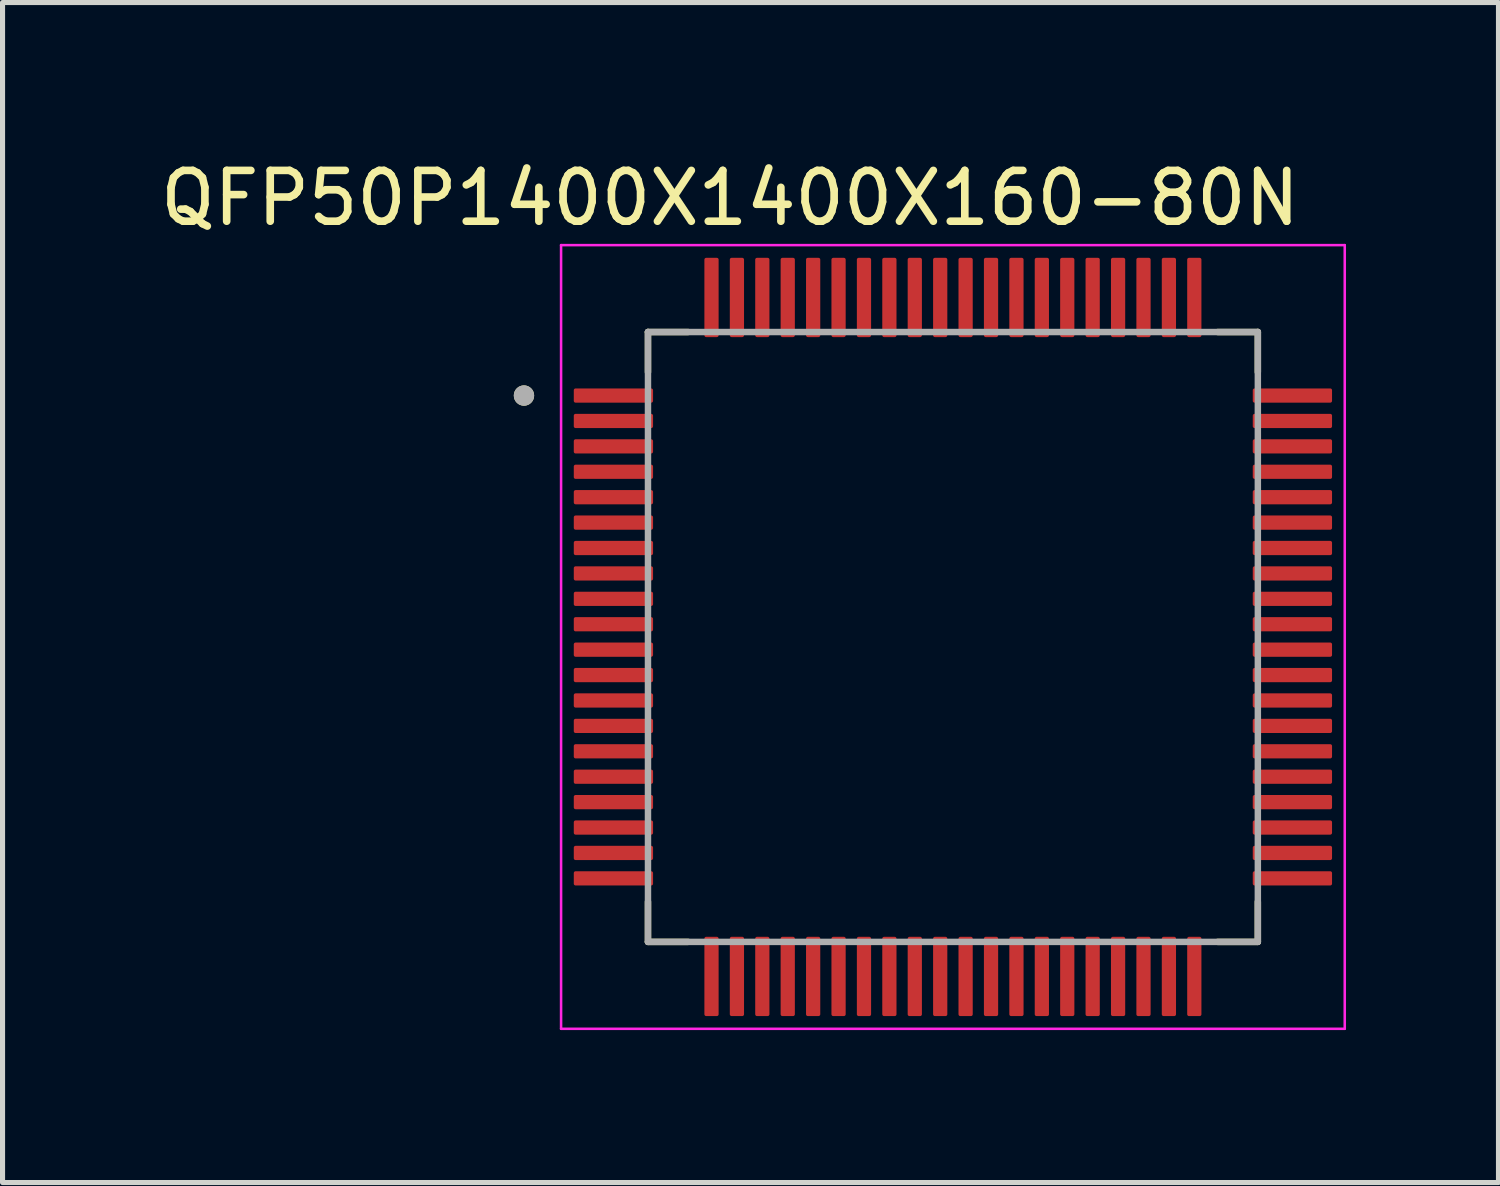
<source format=kicad_pcb>
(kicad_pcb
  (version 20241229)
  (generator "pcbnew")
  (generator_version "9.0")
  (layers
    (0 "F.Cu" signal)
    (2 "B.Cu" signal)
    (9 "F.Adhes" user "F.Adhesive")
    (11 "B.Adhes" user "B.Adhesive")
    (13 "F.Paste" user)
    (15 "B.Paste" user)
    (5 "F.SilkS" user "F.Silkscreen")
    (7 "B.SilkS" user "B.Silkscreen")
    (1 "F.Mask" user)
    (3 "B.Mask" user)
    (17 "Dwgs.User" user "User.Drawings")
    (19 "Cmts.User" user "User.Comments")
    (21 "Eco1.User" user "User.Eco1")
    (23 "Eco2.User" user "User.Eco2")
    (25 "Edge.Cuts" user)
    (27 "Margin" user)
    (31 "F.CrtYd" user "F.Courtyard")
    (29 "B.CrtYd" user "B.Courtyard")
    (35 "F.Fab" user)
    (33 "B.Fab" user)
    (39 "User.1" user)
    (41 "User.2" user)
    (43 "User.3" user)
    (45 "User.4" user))
  (footprint "QFP50P1400X1400X160-80N"
    (layer "F.Cu")
    (at 15.7 9.483)
    (property "Reference" "QFP50P1400X1400X160-80N" (at -4.385 -8.635 0) (layer "F.SilkS") (effects (font (size 1 1) (thickness 0.15))))
    (attr smd)
    (fp_line (start -6 -6) (end -6 -5.21) (stroke (width 0.127) (type solid)) (layer "F.SilkS"))
    (fp_line (start -6 -6) (end -5.21 -6) (stroke (width 0.127) (type solid)) (layer "F.SilkS"))
    (fp_line (start -6 6) (end -6 5.21) (stroke (width 0.127) (type solid)) (layer "F.SilkS"))
    (fp_line (start -6 6) (end -5.21 6) (stroke (width 0.127) (type solid)) (layer "F.SilkS"))
    (fp_line (start 6 -6) (end 5.21 -6) (stroke (width 0.127) (type solid)) (layer "F.SilkS"))
    (fp_line (start 6 -6) (end 6 -5.21) (stroke (width 0.127) (type solid)) (layer "F.SilkS"))
    (fp_line (start 6 6) (end 5.21 6) (stroke (width 0.127) (type solid)) (layer "F.SilkS"))
    (fp_line (start 6 6) (end 6 5.21) (stroke (width 0.127) (type solid)) (layer "F.SilkS"))
    (fp_circle (center -8.44 -4.75) (end -8.34 -4.75) (stroke (width 0.2) (type solid)) (fill no) (layer "F.SilkS"))
    (fp_line (start -7.71 -7.71) (end 7.71 -7.71) (stroke (width 0.05) (type solid)) (layer "F.CrtYd"))
    (fp_line (start -7.71 7.71) (end -7.71 -7.71) (stroke (width 0.05) (type solid)) (layer "F.CrtYd"))
    (fp_line (start -7.71 7.71) (end 7.71 7.71) (stroke (width 0.05) (type solid)) (layer "F.CrtYd"))
    (fp_line (start 7.71 7.71) (end 7.71 -7.71) (stroke (width 0.05) (type solid)) (layer "F.CrtYd"))
    (fp_line (start -6 6) (end -6 -6) (stroke (width 0.127) (type solid)) (layer "F.Fab"))
    (fp_line (start 6 -6) (end -6 -6) (stroke (width 0.127) (type solid)) (layer "F.Fab"))
    (fp_line (start 6 6) (end -6 6) (stroke (width 0.127) (type solid)) (layer "F.Fab"))
    (fp_line (start 6 6) (end 6 -6) (stroke (width 0.127) (type solid)) (layer "F.Fab"))
    (fp_circle (center -8.44 -4.75) (end -8.34 -4.75) (stroke (width 0.2) (type solid)) (fill no) (layer "F.Fab"))
    (pad "1" smd roundrect (at -6.68 -4.75) (size 1.56 0.28) (layers "F.Cu" "F.Mask" "F.Paste") (roundrect_rratio 0.125))
    (pad "2" smd roundrect (at -6.68 -4.25) (size 1.56 0.28) (layers "F.Cu" "F.Mask" "F.Paste") (roundrect_rratio 0.125))
    (pad "3" smd roundrect (at -6.68 -3.75) (size 1.56 0.28) (layers "F.Cu" "F.Mask" "F.Paste") (roundrect_rratio 0.125))
    (pad "4" smd roundrect (at -6.68 -3.25) (size 1.56 0.28) (layers "F.Cu" "F.Mask" "F.Paste") (roundrect_rratio 0.125))
    (pad "5" smd roundrect (at -6.68 -2.75) (size 1.56 0.28) (layers "F.Cu" "F.Mask" "F.Paste") (roundrect_rratio 0.125))
    (pad "6" smd roundrect (at -6.68 -2.25) (size 1.56 0.28) (layers "F.Cu" "F.Mask" "F.Paste") (roundrect_rratio 0.125))
    (pad "7" smd roundrect (at -6.68 -1.75) (size 1.56 0.28) (layers "F.Cu" "F.Mask" "F.Paste") (roundrect_rratio 0.125))
    (pad "8" smd roundrect (at -6.68 -1.25) (size 1.56 0.28) (layers "F.Cu" "F.Mask" "F.Paste") (roundrect_rratio 0.125))
    (pad "9" smd roundrect (at -6.68 -0.75) (size 1.56 0.28) (layers "F.Cu" "F.Mask" "F.Paste") (roundrect_rratio 0.125))
    (pad "10" smd roundrect (at -6.68 -0.25) (size 1.56 0.28) (layers "F.Cu" "F.Mask" "F.Paste") (roundrect_rratio 0.125))
    (pad "11" smd roundrect (at -6.68 0.25) (size 1.56 0.28) (layers "F.Cu" "F.Mask" "F.Paste") (roundrect_rratio 0.125))
    (pad "12" smd roundrect (at -6.68 0.75) (size 1.56 0.28) (layers "F.Cu" "F.Mask" "F.Paste") (roundrect_rratio 0.125))
    (pad "13" smd roundrect (at -6.68 1.25) (size 1.56 0.28) (layers "F.Cu" "F.Mask" "F.Paste") (roundrect_rratio 0.125))
    (pad "14" smd roundrect (at -6.68 1.75) (size 1.56 0.28) (layers "F.Cu" "F.Mask" "F.Paste") (roundrect_rratio 0.125))
    (pad "15" smd roundrect (at -6.68 2.25) (size 1.56 0.28) (layers "F.Cu" "F.Mask" "F.Paste") (roundrect_rratio 0.125))
    (pad "16" smd roundrect (at -6.68 2.75) (size 1.56 0.28) (layers "F.Cu" "F.Mask" "F.Paste") (roundrect_rratio 0.125))
    (pad "17" smd roundrect (at -6.68 3.25) (size 1.56 0.28) (layers "F.Cu" "F.Mask" "F.Paste") (roundrect_rratio 0.125))
    (pad "18" smd roundrect (at -6.68 3.75) (size 1.56 0.28) (layers "F.Cu" "F.Mask" "F.Paste") (roundrect_rratio 0.125))
    (pad "19" smd roundrect (at -6.68 4.25) (size 1.56 0.28) (layers "F.Cu" "F.Mask" "F.Paste") (roundrect_rratio 0.125))
    (pad "20" smd roundrect (at -6.68 4.75) (size 1.56 0.28) (layers "F.Cu" "F.Mask" "F.Paste") (roundrect_rratio 0.125))
    (pad "21" smd roundrect (at -4.75 6.68) (size 0.28 1.56) (layers "F.Cu" "F.Mask" "F.Paste") (roundrect_rratio 0.125))
    (pad "22" smd roundrect (at -4.25 6.68) (size 0.28 1.56) (layers "F.Cu" "F.Mask" "F.Paste") (roundrect_rratio 0.125))
    (pad "23" smd roundrect (at -3.75 6.68) (size 0.28 1.56) (layers "F.Cu" "F.Mask" "F.Paste") (roundrect_rratio 0.125))
    (pad "24" smd roundrect (at -3.25 6.68) (size 0.28 1.56) (layers "F.Cu" "F.Mask" "F.Paste") (roundrect_rratio 0.125))
    (pad "25" smd roundrect (at -2.75 6.68) (size 0.28 1.56) (layers "F.Cu" "F.Mask" "F.Paste") (roundrect_rratio 0.125))
    (pad "26" smd roundrect (at -2.25 6.68) (size 0.28 1.56) (layers "F.Cu" "F.Mask" "F.Paste") (roundrect_rratio 0.125))
    (pad "27" smd roundrect (at -1.75 6.68) (size 0.28 1.56) (layers "F.Cu" "F.Mask" "F.Paste") (roundrect_rratio 0.125))
    (pad "28" smd roundrect (at -1.25 6.68) (size 0.28 1.56) (layers "F.Cu" "F.Mask" "F.Paste") (roundrect_rratio 0.125))
    (pad "29" smd roundrect (at -0.75 6.68) (size 0.28 1.56) (layers "F.Cu" "F.Mask" "F.Paste") (roundrect_rratio 0.125))
    (pad "30" smd roundrect (at -0.25 6.68) (size 0.28 1.56) (layers "F.Cu" "F.Mask" "F.Paste") (roundrect_rratio 0.125))
    (pad "31" smd roundrect (at 0.25 6.68) (size 0.28 1.56) (layers "F.Cu" "F.Mask" "F.Paste") (roundrect_rratio 0.125))
    (pad "32" smd roundrect (at 0.75 6.68) (size 0.28 1.56) (layers "F.Cu" "F.Mask" "F.Paste") (roundrect_rratio 0.125))
    (pad "33" smd roundrect (at 1.25 6.68) (size 0.28 1.56) (layers "F.Cu" "F.Mask" "F.Paste") (roundrect_rratio 0.125))
    (pad "34" smd roundrect (at 1.75 6.68) (size 0.28 1.56) (layers "F.Cu" "F.Mask" "F.Paste") (roundrect_rratio 0.125))
    (pad "35" smd roundrect (at 2.25 6.68) (size 0.28 1.56) (layers "F.Cu" "F.Mask" "F.Paste") (roundrect_rratio 0.125))
    (pad "36" smd roundrect (at 2.75 6.68) (size 0.28 1.56) (layers "F.Cu" "F.Mask" "F.Paste") (roundrect_rratio 0.125))
    (pad "37" smd roundrect (at 3.25 6.68) (size 0.28 1.56) (layers "F.Cu" "F.Mask" "F.Paste") (roundrect_rratio 0.125))
    (pad "38" smd roundrect (at 3.75 6.68) (size 0.28 1.56) (layers "F.Cu" "F.Mask" "F.Paste") (roundrect_rratio 0.125))
    (pad "39" smd roundrect (at 4.25 6.68) (size 0.28 1.56) (layers "F.Cu" "F.Mask" "F.Paste") (roundrect_rratio 0.125))
    (pad "40" smd roundrect (at 4.75 6.68) (size 0.28 1.56) (layers "F.Cu" "F.Mask" "F.Paste") (roundrect_rratio 0.125))
    (pad "41" smd roundrect (at 6.68 4.75) (size 1.56 0.28) (layers "F.Cu" "F.Mask" "F.Paste") (roundrect_rratio 0.125))
    (pad "42" smd roundrect (at 6.68 4.25) (size 1.56 0.28) (layers "F.Cu" "F.Mask" "F.Paste") (roundrect_rratio 0.125))
    (pad "43" smd roundrect (at 6.68 3.75) (size 1.56 0.28) (layers "F.Cu" "F.Mask" "F.Paste") (roundrect_rratio 0.125))
    (pad "44" smd roundrect (at 6.68 3.25) (size 1.56 0.28) (layers "F.Cu" "F.Mask" "F.Paste") (roundrect_rratio 0.125))
    (pad "45" smd roundrect (at 6.68 2.75) (size 1.56 0.28) (layers "F.Cu" "F.Mask" "F.Paste") (roundrect_rratio 0.125))
    (pad "46" smd roundrect (at 6.68 2.25) (size 1.56 0.28) (layers "F.Cu" "F.Mask" "F.Paste") (roundrect_rratio 0.125))
    (pad "47" smd roundrect (at 6.68 1.75) (size 1.56 0.28) (layers "F.Cu" "F.Mask" "F.Paste") (roundrect_rratio 0.125))
    (pad "48" smd roundrect (at 6.68 1.25) (size 1.56 0.28) (layers "F.Cu" "F.Mask" "F.Paste") (roundrect_rratio 0.125))
    (pad "49" smd roundrect (at 6.68 0.75) (size 1.56 0.28) (layers "F.Cu" "F.Mask" "F.Paste") (roundrect_rratio 0.125))
    (pad "50" smd roundrect (at 6.68 0.25) (size 1.56 0.28) (layers "F.Cu" "F.Mask" "F.Paste") (roundrect_rratio 0.125))
    (pad "51" smd roundrect (at 6.68 -0.25) (size 1.56 0.28) (layers "F.Cu" "F.Mask" "F.Paste") (roundrect_rratio 0.125))
    (pad "52" smd roundrect (at 6.68 -0.75) (size 1.56 0.28) (layers "F.Cu" "F.Mask" "F.Paste") (roundrect_rratio 0.125))
    (pad "53" smd roundrect (at 6.68 -1.25) (size 1.56 0.28) (layers "F.Cu" "F.Mask" "F.Paste") (roundrect_rratio 0.125))
    (pad "54" smd roundrect (at 6.68 -1.75) (size 1.56 0.28) (layers "F.Cu" "F.Mask" "F.Paste") (roundrect_rratio 0.125))
    (pad "55" smd roundrect (at 6.68 -2.25) (size 1.56 0.28) (layers "F.Cu" "F.Mask" "F.Paste") (roundrect_rratio 0.125))
    (pad "56" smd roundrect (at 6.68 -2.75) (size 1.56 0.28) (layers "F.Cu" "F.Mask" "F.Paste") (roundrect_rratio 0.125))
    (pad "57" smd roundrect (at 6.68 -3.25) (size 1.56 0.28) (layers "F.Cu" "F.Mask" "F.Paste") (roundrect_rratio 0.125))
    (pad "58" smd roundrect (at 6.68 -3.75) (size 1.56 0.28) (layers "F.Cu" "F.Mask" "F.Paste") (roundrect_rratio 0.125))
    (pad "59" smd roundrect (at 6.68 -4.25) (size 1.56 0.28) (layers "F.Cu" "F.Mask" "F.Paste") (roundrect_rratio 0.125))
    (pad "60" smd roundrect (at 6.68 -4.75) (size 1.56 0.28) (layers "F.Cu" "F.Mask" "F.Paste") (roundrect_rratio 0.125))
    (pad "61" smd roundrect (at 4.75 -6.68) (size 0.28 1.56) (layers "F.Cu" "F.Mask" "F.Paste") (roundrect_rratio 0.125))
    (pad "62" smd roundrect (at 4.25 -6.68) (size 0.28 1.56) (layers "F.Cu" "F.Mask" "F.Paste") (roundrect_rratio 0.125))
    (pad "63" smd roundrect (at 3.75 -6.68) (size 0.28 1.56) (layers "F.Cu" "F.Mask" "F.Paste") (roundrect_rratio 0.125))
    (pad "64" smd roundrect (at 3.25 -6.68) (size 0.28 1.56) (layers "F.Cu" "F.Mask" "F.Paste") (roundrect_rratio 0.125))
    (pad "65" smd roundrect (at 2.75 -6.68) (size 0.28 1.56) (layers "F.Cu" "F.Mask" "F.Paste") (roundrect_rratio 0.125))
    (pad "66" smd roundrect (at 2.25 -6.68) (size 0.28 1.56) (layers "F.Cu" "F.Mask" "F.Paste") (roundrect_rratio 0.125))
    (pad "67" smd roundrect (at 1.75 -6.68) (size 0.28 1.56) (layers "F.Cu" "F.Mask" "F.Paste") (roundrect_rratio 0.125))
    (pad "68" smd roundrect (at 1.25 -6.68) (size 0.28 1.56) (layers "F.Cu" "F.Mask" "F.Paste") (roundrect_rratio 0.125))
    (pad "69" smd roundrect (at 0.75 -6.68) (size 0.28 1.56) (layers "F.Cu" "F.Mask" "F.Paste") (roundrect_rratio 0.125))
    (pad "70" smd roundrect (at 0.25 -6.68) (size 0.28 1.56) (layers "F.Cu" "F.Mask" "F.Paste") (roundrect_rratio 0.125))
    (pad "71" smd roundrect (at -0.25 -6.68) (size 0.28 1.56) (layers "F.Cu" "F.Mask" "F.Paste") (roundrect_rratio 0.125))
    (pad "72" smd roundrect (at -0.75 -6.68) (size 0.28 1.56) (layers "F.Cu" "F.Mask" "F.Paste") (roundrect_rratio 0.125))
    (pad "73" smd roundrect (at -1.25 -6.68) (size 0.28 1.56) (layers "F.Cu" "F.Mask" "F.Paste") (roundrect_rratio 0.125))
    (pad "74" smd roundrect (at -1.75 -6.68) (size 0.28 1.56) (layers "F.Cu" "F.Mask" "F.Paste") (roundrect_rratio 0.125))
    (pad "75" smd roundrect (at -2.25 -6.68) (size 0.28 1.56) (layers "F.Cu" "F.Mask" "F.Paste") (roundrect_rratio 0.125))
    (pad "76" smd roundrect (at -2.75 -6.68) (size 0.28 1.56) (layers "F.Cu" "F.Mask" "F.Paste") (roundrect_rratio 0.125))
    (pad "77" smd roundrect (at -3.25 -6.68) (size 0.28 1.56) (layers "F.Cu" "F.Mask" "F.Paste") (roundrect_rratio 0.125))
    (pad "78" smd roundrect (at -3.75 -6.68) (size 0.28 1.56) (layers "F.Cu" "F.Mask" "F.Paste") (roundrect_rratio 0.125))
    (pad "79" smd roundrect (at -4.25 -6.68) (size 0.28 1.56) (layers "F.Cu" "F.Mask" "F.Paste") (roundrect_rratio 0.125))
    (pad "80" smd roundrect (at -4.75 -6.68) (size 0.28 1.56) (layers "F.Cu" "F.Mask" "F.Paste") (roundrect_rratio 0.125)))
  (gr_rect
    (start -3 -3)
    (end 26.435 20.218)
    (stroke (width 0.1) (type default))
    (fill no)
    (layer "Edge.Cuts")))
</source>
